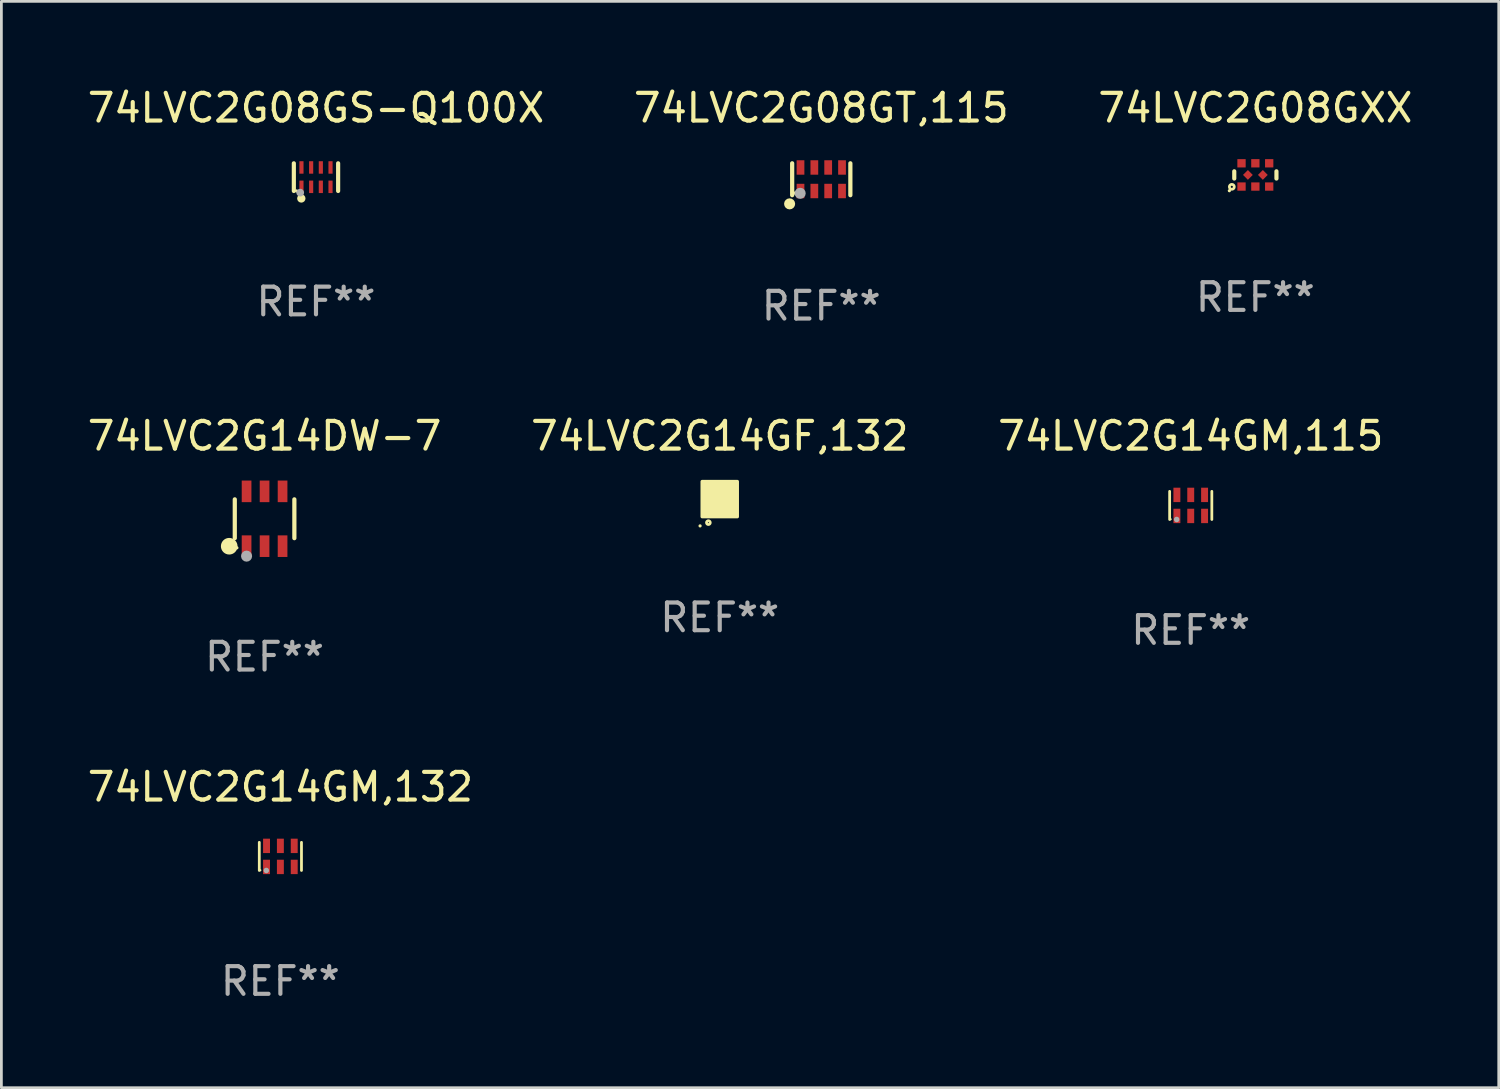
<source format=kicad_pcb>
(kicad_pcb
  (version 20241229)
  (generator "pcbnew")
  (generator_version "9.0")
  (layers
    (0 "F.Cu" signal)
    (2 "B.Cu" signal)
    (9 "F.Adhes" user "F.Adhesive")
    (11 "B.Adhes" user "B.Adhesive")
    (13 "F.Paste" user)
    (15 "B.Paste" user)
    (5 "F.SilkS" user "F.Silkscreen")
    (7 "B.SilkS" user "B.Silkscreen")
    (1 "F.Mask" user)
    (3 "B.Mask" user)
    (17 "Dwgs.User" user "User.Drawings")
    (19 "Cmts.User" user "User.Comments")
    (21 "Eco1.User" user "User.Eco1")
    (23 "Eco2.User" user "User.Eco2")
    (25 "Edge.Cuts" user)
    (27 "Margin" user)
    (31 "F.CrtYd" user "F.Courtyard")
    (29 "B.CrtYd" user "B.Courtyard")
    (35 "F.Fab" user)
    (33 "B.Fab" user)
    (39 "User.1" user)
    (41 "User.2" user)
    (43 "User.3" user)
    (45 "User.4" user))
  (footprint "74LVC2G08GS-Q100X"
    (layer "F.Cu")
    (at 8.363 3.348)
    (property "Reference" "74LVC2G08GS-Q100X" (at 0 -2.5 0) (layer "F.SilkS") (effects (font (size 1 1) (thickness 0.15))))
    (attr through_hole)
    (fp_line (start -0.8 -0.5) (end -0.8 0.5) (stroke (width 0.15) (type solid)) (layer "F.SilkS"))
    (fp_line (start 0.8 -0.5) (end 0.8 0.5) (stroke (width 0.15) (type solid)) (layer "F.SilkS"))
    (fp_circle (center -0.7 0.5) (end -0.67 0.5) (stroke (width 0.06) (type solid)) (fill no) (layer "F.SilkS"))
    (fp_circle (center -0.53 0.77) (end -0.454 0.77) (stroke (width 0.15) (type solid)) (fill no) (layer "F.SilkS"))
    (fp_circle (center -0.57 0.56) (end -0.5 0.56) (stroke (width 0.14) (type solid)) (fill no) (layer "F.Fab"))
    (fp_text user "REF**" (at 0 4.5 0) (layer "F.Fab") (effects (font (size 1 1) (thickness 0.15))))
    (pad "1" smd rect (at -0.525 0.35) (size 0.15 0.45) (layers "F.Cu" "F.Mask" "F.Paste"))
    (pad "2" smd rect (at -0.175 0.35) (size 0.15 0.45) (layers "F.Cu" "F.Mask" "F.Paste"))
    (pad "3" smd rect (at 0.175 0.35) (size 0.15 0.45) (layers "F.Cu" "F.Mask" "F.Paste"))
    (pad "4" smd rect (at 0.525 0.35) (size 0.15 0.45) (layers "F.Cu" "F.Mask" "F.Paste"))
    (pad "5" smd rect (at 0.525 -0.35) (size 0.15 0.45) (layers "F.Cu" "F.Mask" "F.Paste"))
    (pad "6" smd rect (at 0.175 -0.35) (size 0.15 0.45) (layers "F.Cu" "F.Mask" "F.Paste"))
    (pad "7" smd rect (at -0.175 -0.35) (size 0.15 0.45) (layers "F.Cu" "F.Mask" "F.Paste"))
    (pad "8" smd rect (at -0.525 -0.35) (size 0.15 0.45) (layers "F.Cu" "F.Mask" "F.Paste")))
  (footprint "74LVC2G14GF,132"
    (layer "F.Cu")
    (at 22.946 14.977)
    (property "Reference" "74LVC2G14GF,132" (at 0 -2.28 0) (layer "F.SilkS") (effects (font (size 1 1) (thickness 0.15))))
    (attr through_hole)
    (fp_circle (center -0.71 0.968) (end -0.68 0.968) (stroke (width 0.06) (type solid)) (fill no) (layer "F.SilkS"))
    (fp_circle (center -0.41 0.85) (end -0.342 0.85) (stroke (width 0.1) (type solid)) (fill no) (layer "F.SilkS"))
    (fp_poly (pts (xy -0.635 -0.635) (xy 0.635 -0.635) (xy 0.635 0.635) (xy -0.635 0.635)) (stroke (width 0.12) (type solid)) (fill yes) (layer "F.SilkS"))
    (fp_text user "REF**" (at 0 4.28 0) (layer "F.Fab") (effects (font (size 1 1) (thickness 0.15))))
    (pad "1" smd rect (at -0.35 0.28 90) (size 0.35 0.2) (layers "F.Cu" "F.Mask" "F.Paste"))
    (pad "2" smd rect (at 0 0.28 90) (size 0.35 0.2) (layers "F.Cu" "F.Mask" "F.Paste"))
    (pad "3" smd rect (at 0.35 0.28 90) (size 0.35 0.2) (layers "F.Cu" "F.Mask" "F.Paste"))
    (pad "4" smd rect (at 0.35 -0.28 90) (size 0.35 0.2) (layers "F.Cu" "F.Mask" "F.Paste"))
    (pad "5" smd rect (at 0 -0.28 90) (size 0.35 0.2) (layers "F.Cu" "F.Mask" "F.Paste"))
    (pad "6" smd rect (at -0.35 -0.28 90) (size 0.35 0.2) (layers "F.Cu" "F.Mask" "F.Paste")))
  (footprint "74LVC2G14DW-7"
    (layer "F.Cu")
    (at 6.506 15.687)
    (property "Reference" "74LVC2G14DW-7" (at 0 -2.99 0) (layer "F.SilkS") (effects (font (size 1 1) (thickness 0.15))))
    (attr through_hole)
    (fp_line (start -1.076 0.701) (end -1.076 -0.701) (stroke (width 0.152) (type solid)) (layer "F.SilkS"))
    (fp_line (start 1.076 0.701) (end 1.076 -0.701) (stroke (width 0.152) (type solid)) (layer "F.SilkS"))
    (fp_circle (center -1.277 0.992) (end -1.127 0.992) (stroke (width 0.3) (type solid)) (fill no) (layer "F.SilkS"))
    (fp_circle (center -1 1.05) (end -0.97 1.05) (stroke (width 0.06) (type solid)) (fill no) (layer "F.SilkS"))
    (fp_circle (center -0.65 1.35) (end -0.55 1.35) (stroke (width 0.2) (type solid)) (fill no) (layer "F.Fab"))
    (fp_text user "REF**" (at 0 4.99 0) (layer "F.Fab") (effects (font (size 1 1) (thickness 0.15))))
    (pad "1" smd rect (at -0.65 0.99) (size 0.35 0.78) (layers "F.Cu" "F.Mask" "F.Paste"))
    (pad "2" smd rect (at 0 0.99) (size 0.35 0.78) (layers "F.Cu" "F.Mask" "F.Paste"))
    (pad "3" smd rect (at 0.65 0.99) (size 0.35 0.78) (layers "F.Cu" "F.Mask" "F.Paste"))
    (pad "4" smd rect (at 0.65 -0.99) (size 0.35 0.78) (layers "F.Cu" "F.Mask" "F.Paste"))
    (pad "5" smd rect (at 0 -0.99) (size 0.35 0.78) (layers "F.Cu" "F.Mask" "F.Paste"))
    (pad "6" smd rect (at -0.65 -0.99) (size 0.35 0.78) (layers "F.Cu" "F.Mask" "F.Paste")))
  (footprint "74LVC2G08GXX"
    (layer "F.Cu")
    (at 42.292 3.268)
    (property "Reference" "74LVC2G08GXX" (at 0 -2.42 0) (layer "F.SilkS") (effects (font (size 1 1) (thickness 0.15))))
    (attr through_hole)
    (fp_line (start -0.762 -0.131) (end -0.762 0.131) (stroke (width 0.15) (type solid)) (layer "F.SilkS"))
    (fp_line (start 0.762 -0.131) (end 0.762 0.131) (stroke (width 0.15) (type solid)) (layer "F.SilkS"))
    (fp_circle (center -0.939 0.57) (end -0.909 0.57) (stroke (width 0.06) (type solid)) (fill no) (layer "F.SilkS"))
    (fp_circle (center -0.85 0.43) (end -0.811 0.43) (stroke (width 0.1) (type solid)) (fill no) (layer "F.SilkS"))
    (fp_text user "REF**" (at 0 4.42 0) (layer "F.Fab") (effects (font (size 1 1) (thickness 0.15))))
    (pad "1" smd rect (at -0.5 0.42) (size 0.3 0.3) (layers "F.Cu" "F.Mask" "F.Paste"))
    (pad "2" smd rect (at 0.000127 0.42) (size 0.3 0.3) (layers "F.Cu" "F.Mask" "F.Paste"))
    (pad "3" smd rect (at 0.5 0.42) (size 0.3 0.3) (layers "F.Cu" "F.Mask" "F.Paste"))
    (pad "4" smd rect (at 0.27 0 45) (size 0.25 0.25) (layers "F.Cu" "F.Mask" "F.Paste"))
    (pad "5" smd rect (at 0.5 -0.42) (size 0.3 0.3) (layers "F.Cu" "F.Mask" "F.Paste"))
    (pad "6" smd rect (at 0.000127 -0.42) (size 0.3 0.3) (layers "F.Cu" "F.Mask" "F.Paste"))
    (pad "7" smd rect (at -0.5 -0.42) (size 0.3 0.3) (layers "F.Cu" "F.Mask" "F.Paste"))
    (pad "8" smd rect (at -0.27 0 45) (size 0.25 0.25) (layers "F.Cu" "F.Mask" "F.Paste")))
  (footprint "74LVC2G08GT,115"
    (layer "F.Cu")
    (at 26.613 3.424)
    (property "Reference" "74LVC2G08GT,115" (at 0 -2.576 0) (layer "F.SilkS") (effects (font (size 1 1) (thickness 0.15))))
    (attr through_hole)
    (fp_line (start -1.051 0.576) (end -1.051 -0.576) (stroke (width 0.152) (type solid)) (layer "F.SilkS"))
    (fp_line (start 1.051 -0.576) (end 1.051 0.576) (stroke (width 0.152) (type solid)) (layer "F.SilkS"))
    (fp_circle (center -1.143 0.889) (end -1.043 0.889) (stroke (width 0.2) (type solid)) (fill no) (layer "F.SilkS"))
    (fp_circle (center -0.975 0.5) (end -0.945 0.5) (stroke (width 0.06) (type solid)) (fill no) (layer "F.SilkS"))
    (fp_circle (center -0.762 0.508) (end -0.662 0.508) (stroke (width 0.2) (type solid)) (fill no) (layer "F.Fab"))
    (fp_text user "REF**" (at 0 4.576 0) (layer "F.Fab") (effects (font (size 1 1) (thickness 0.15))))
    (pad "1" smd rect (at -0.75 0.425) (size 0.28 0.521) (layers "F.Cu" "F.Mask" "F.Paste"))
    (pad "2" smd rect (at -0.25 0.425) (size 0.28 0.521) (layers "F.Cu" "F.Mask" "F.Paste"))
    (pad "3" smd rect (at 0.25 0.425) (size 0.28 0.521) (layers "F.Cu" "F.Mask" "F.Paste"))
    (pad "4" smd rect (at 0.75 0.425) (size 0.28 0.521) (layers "F.Cu" "F.Mask" "F.Paste"))
    (pad "5" smd rect (at 0.75 -0.425) (size 0.28 0.521) (layers "F.Cu" "F.Mask" "F.Paste"))
    (pad "6" smd rect (at 0.25 -0.425) (size 0.28 0.521) (layers "F.Cu" "F.Mask" "F.Paste"))
    (pad "7" smd rect (at -0.25 -0.425) (size 0.28 0.521) (layers "F.Cu" "F.Mask" "F.Paste"))
    (pad "8" smd rect (at -0.75 -0.425) (size 0.28 0.521) (layers "F.Cu" "F.Mask" "F.Paste")))
  (footprint "74LVC2G14GM,115"
    (layer "F.Cu")
    (at 39.958 15.205)
    (property "Reference" "74LVC2G14GM,115" (at 0 -2.508 0) (layer "F.SilkS") (effects (font (size 1 1) (thickness 0.15))))
    (attr through_hole)
    (fp_line (start -0.762 -0.508) (end -0.762 0.508) (stroke (width 0.1) (type solid)) (layer "F.SilkS"))
    (fp_line (start 0.762 -0.508) (end 0.762 0.508) (stroke (width 0.1) (type solid)) (layer "F.SilkS"))
    (fp_circle (center -0.725 0.5) (end -0.705 0.5) (stroke (width 0.04) (type solid)) (fill no) (layer "F.SilkS"))
    (fp_circle (center -0.508 0.508) (end -0.458 0.508) (stroke (width 0.1) (type solid)) (fill no) (layer "F.Fab"))
    (fp_text user "REF**" (at 0 4.508 0) (layer "F.Fab") (effects (font (size 1 1) (thickness 0.15))))
    (pad "1" smd rect (at -0.5 0.38) (size 0.25 0.52) (layers "F.Cu" "F.Mask" "F.Paste"))
    (pad "2" smd rect (at -0.000127 0.38) (size 0.25 0.52) (layers "F.Cu" "F.Mask" "F.Paste"))
    (pad "3" smd rect (at 0.5 0.38) (size 0.25 0.52) (layers "F.Cu" "F.Mask" "F.Paste"))
    (pad "4" smd rect (at 0.5 -0.38 180) (size 0.25 0.52) (layers "F.Cu" "F.Mask" "F.Paste"))
    (pad "5" smd rect (at -0.000127 -0.38 180) (size 0.25 0.52) (layers "F.Cu" "F.Mask" "F.Paste"))
    (pad "6" smd rect (at -0.5 -0.38 180) (size 0.25 0.52) (layers "F.Cu" "F.Mask" "F.Paste")))
  (footprint "74LVC2G14GM,132"
    (layer "F.Cu")
    (at 7.077 27.882)
    (property "Reference" "74LVC2G14GM,132" (at 0 -2.508 0) (layer "F.SilkS") (effects (font (size 1 1) (thickness 0.15))))
    (attr through_hole)
    (fp_line (start -0.762 -0.508) (end -0.762 0.508) (stroke (width 0.1) (type solid)) (layer "F.SilkS"))
    (fp_line (start 0.762 -0.508) (end 0.762 0.508) (stroke (width 0.1) (type solid)) (layer "F.SilkS"))
    (fp_circle (center -0.725 0.5) (end -0.705 0.5) (stroke (width 0.04) (type solid)) (fill no) (layer "F.SilkS"))
    (fp_circle (center -0.508 0.508) (end -0.458 0.508) (stroke (width 0.1) (type solid)) (fill no) (layer "F.Fab"))
    (fp_text user "REF**" (at 0 4.508 0) (layer "F.Fab") (effects (font (size 1 1) (thickness 0.15))))
    (pad "1" smd rect (at -0.5 0.38) (size 0.25 0.52) (layers "F.Cu" "F.Mask" "F.Paste"))
    (pad "2" smd rect (at -0.000127 0.38) (size 0.25 0.52) (layers "F.Cu" "F.Mask" "F.Paste"))
    (pad "3" smd rect (at 0.5 0.38) (size 0.25 0.52) (layers "F.Cu" "F.Mask" "F.Paste"))
    (pad "4" smd rect (at 0.5 -0.38 180) (size 0.25 0.52) (layers "F.Cu" "F.Mask" "F.Paste"))
    (pad "5" smd rect (at -0.000127 -0.38 180) (size 0.25 0.52) (layers "F.Cu" "F.Mask" "F.Paste"))
    (pad "6" smd rect (at -0.5 -0.38 180) (size 0.25 0.52) (layers "F.Cu" "F.Mask" "F.Paste")))
  (gr_rect
    (start -3 -3)
    (end 51.083 36.238)
    (stroke (width 0.1) (type default))
    (fill no)
    (layer "Edge.Cuts")))
</source>
